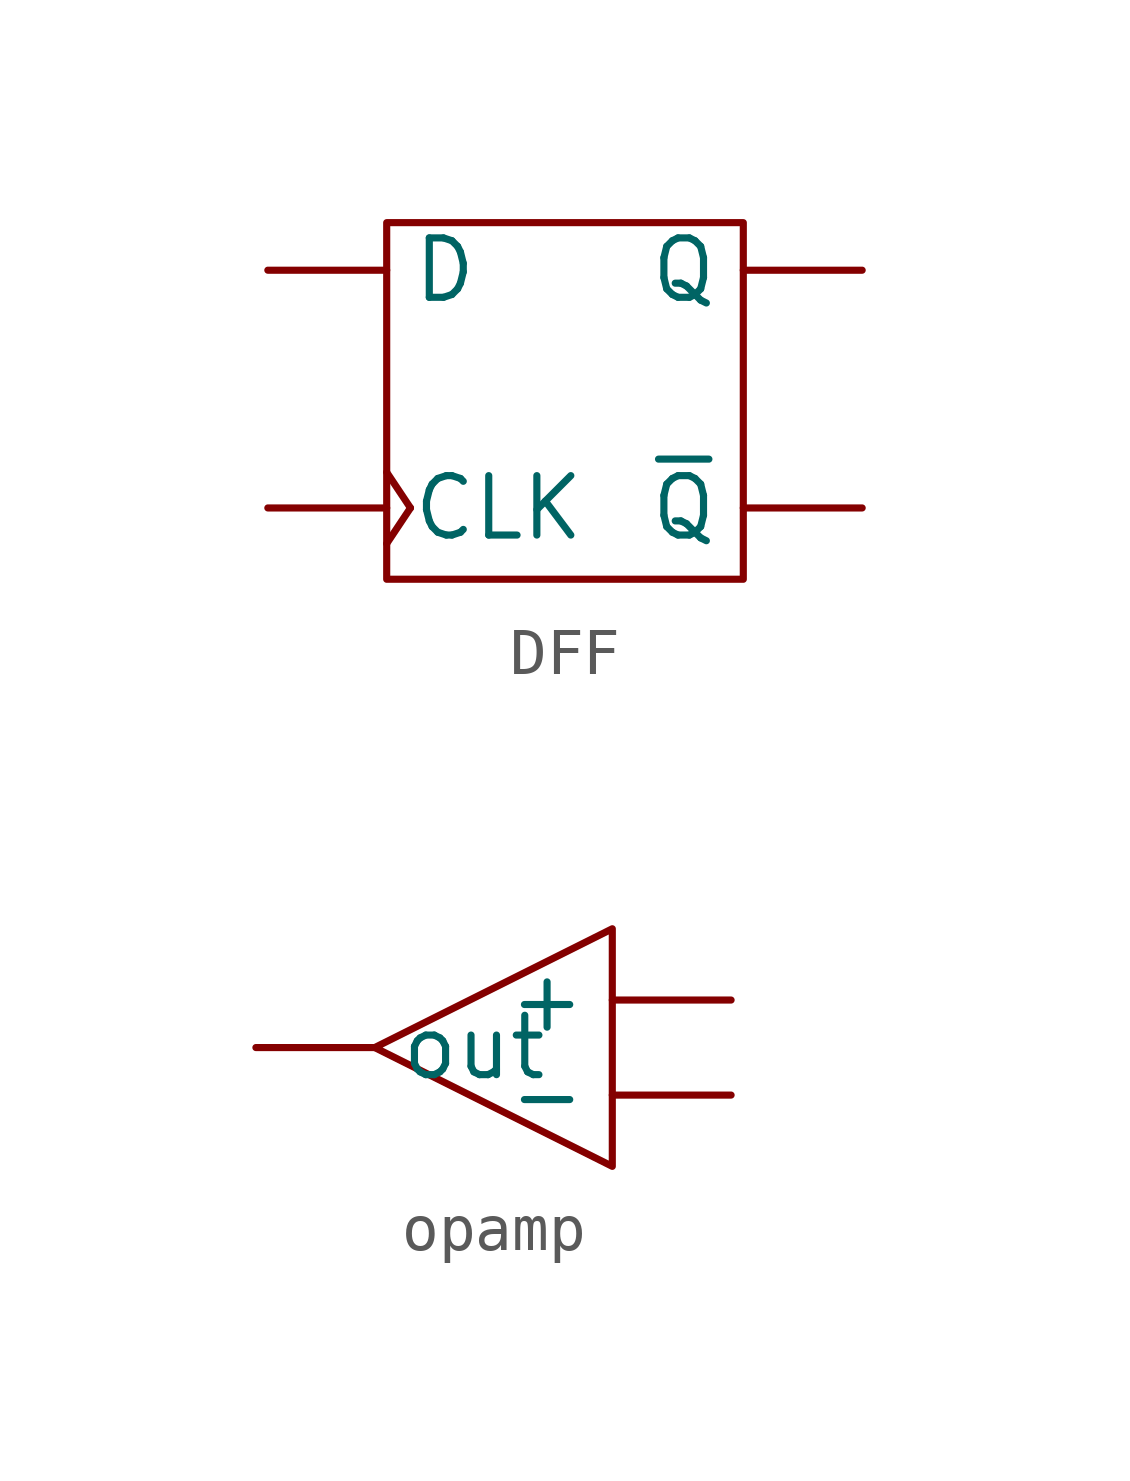
<source format=kicad_sym>
(kicad_symbol_lib
  (version 20211014)
  (generator kicad_symbol_editor)
  (symbol "DFF"
    (property "Reference" "U"
      (at -4.064 6.096 0)
      (effects (font (size 1.27 1.27)) hide))
    (symbol "DFF_0_0"
      (rectangle (start -2.54 2.54) (end 5.08 -5.08) (stroke (width 0) (type default) (color 0 0 0 0)) (fill (type none)))
      (polyline (pts (xy -2.54 -4.318) (xy -2.032 -3.556)) (stroke (width 0) (type default) (color 0 0 0 0)) (fill (type none)))
      (polyline (pts (xy -2.54 -2.794) (xy -2.032 -3.556)) (stroke (width 0) (type default) (color 0 0 0 0)) (fill (type none))))
    (symbol "DFF_1_1"
      (pin bidirectional line (at -5.08 -3.556 0) (length 2.54) (name "CLK" (effects (font (size 1.27 1.27)))) (number "" (effects (font (size 1.27 1.27)))))
      (pin bidirectional line (at -5.08 1.524 0) (length 2.54) (name "D" (effects (font (size 1.27 1.27)))) (number "" (effects (font (size 1.27 1.27)))))
      (pin bidirectional line (at 7.62 1.524 180) (length 2.54) (name "Q" (effects (font (size 1.27 1.27)))) (number "" (effects (font (size 1.27 1.27)))))
      (pin bidirectional line (at 7.62 -3.556 180) (length 2.54) (name "~{Q}" (effects (font (size 1.27 1.27)))) (number "" (effects (font (size 1.27 1.27)))))))
  (symbol "opamp"
    (property "Reference" "U"
      (at -9.144 3.556 0)
      (effects (font (size 1.27 1.27)) hide))
    (symbol "opamp_0_1"
      (polyline (pts (xy 0 2.54) (xy -5.08 0) (xy 0 -2.54) (xy 0 2.54)) (stroke (width 0) (type default) (color 0 0 0 0)) (fill (type none))))
    (symbol "opamp_1_1"
      (pin bidirectional line (at 2.54 1.016 180) (length 2.54) (name "+" (effects (font (size 1.27 1.27)))) (number "" (effects (font (size 1.27 1.27)))))
      (pin bidirectional line (at 2.54 -1.016 180) (length 2.54) (name "-" (effects (font (size 1.27 1.27)))) (number "" (effects (font (size 1.27 1.27)))))
      (pin bidirectional line (at -7.62 0 0) (length 2.54) (name "out" (effects (font (size 1.27 1.27)))) (number "" (effects (font (size 1.27 1.27))))))))
</source>
